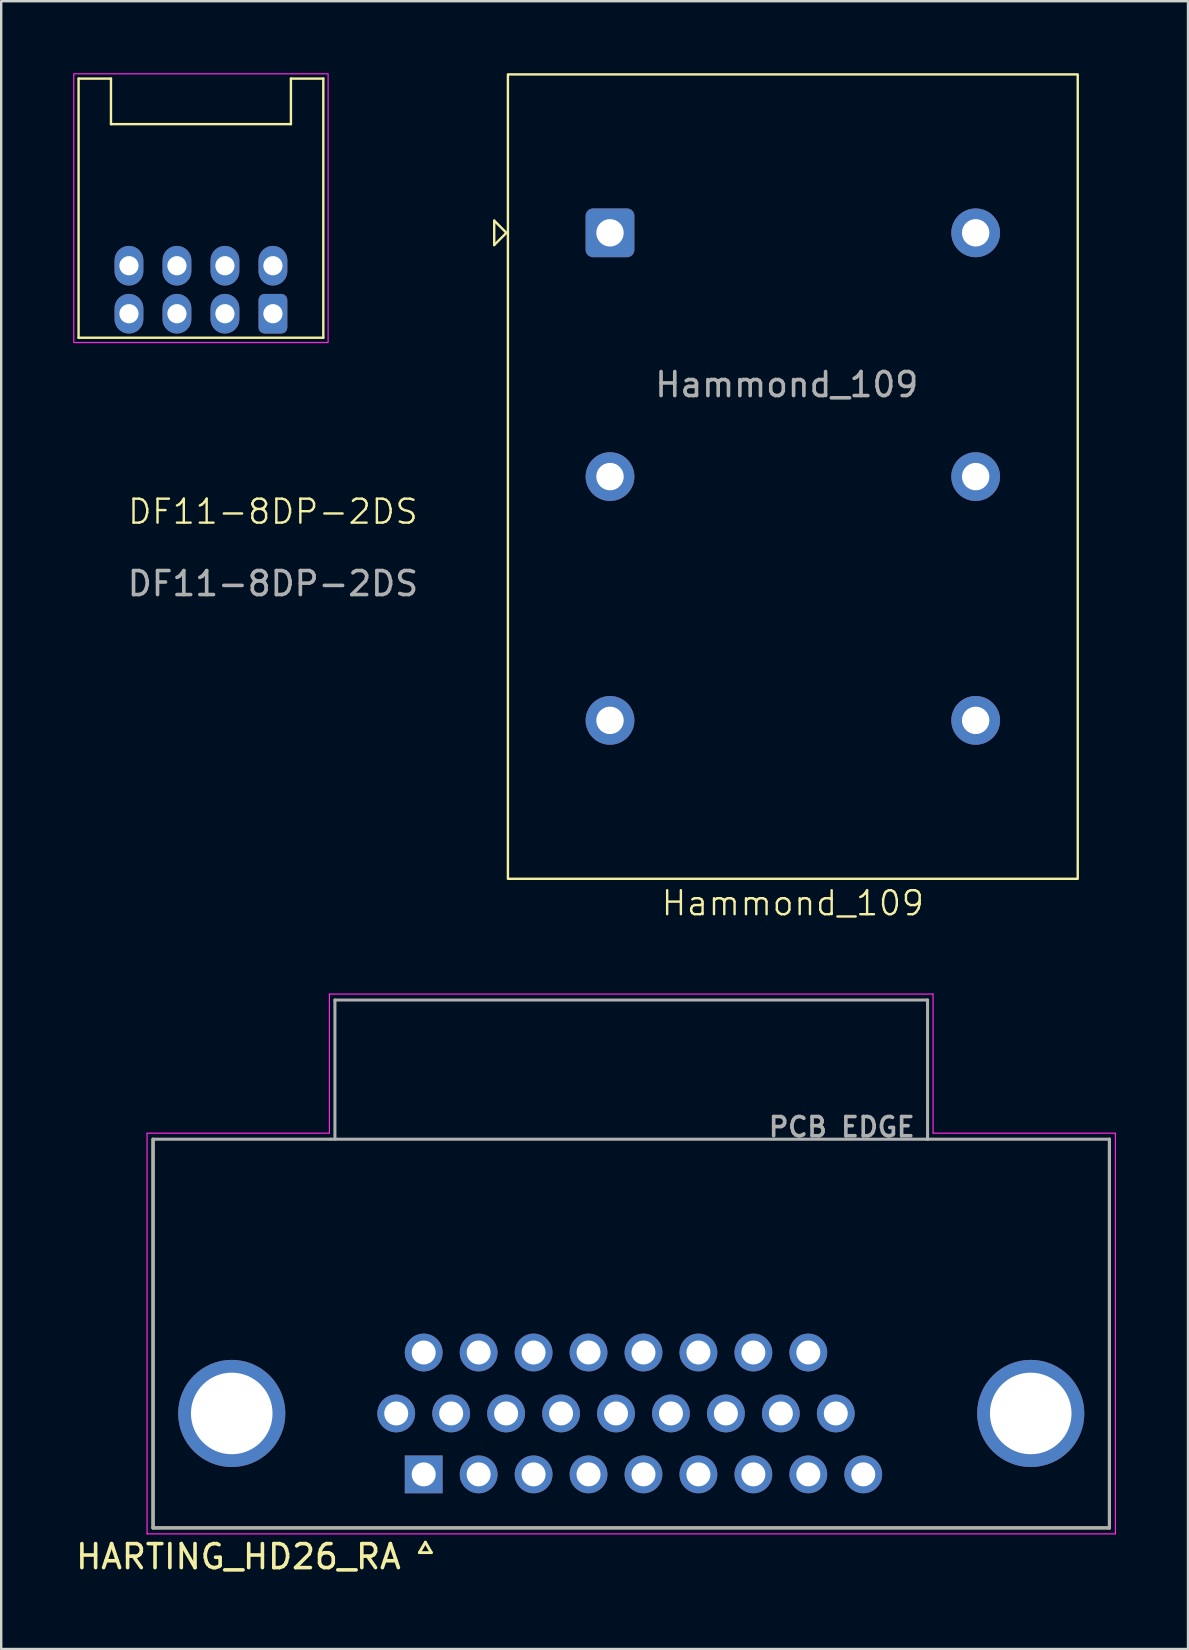
<source format=kicad_pcb>
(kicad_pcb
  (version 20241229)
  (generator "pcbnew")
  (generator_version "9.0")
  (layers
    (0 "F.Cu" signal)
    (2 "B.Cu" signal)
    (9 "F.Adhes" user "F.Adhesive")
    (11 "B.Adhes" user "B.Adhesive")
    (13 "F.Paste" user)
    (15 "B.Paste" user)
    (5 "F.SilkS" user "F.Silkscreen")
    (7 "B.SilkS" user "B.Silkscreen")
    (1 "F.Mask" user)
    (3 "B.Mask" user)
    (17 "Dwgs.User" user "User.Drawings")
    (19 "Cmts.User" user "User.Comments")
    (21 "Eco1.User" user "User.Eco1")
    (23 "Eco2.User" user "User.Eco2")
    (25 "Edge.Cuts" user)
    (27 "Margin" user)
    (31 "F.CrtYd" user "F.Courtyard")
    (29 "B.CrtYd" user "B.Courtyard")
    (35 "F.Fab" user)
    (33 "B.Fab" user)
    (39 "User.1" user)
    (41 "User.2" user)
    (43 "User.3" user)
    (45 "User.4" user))
  (footprint "Hammond_109"
    (layer "F.Cu")
    (at 22.374 6.654)
    (property "Reference" "Hammond_109" (at 7.62 27.94 0) (unlocked yes) (layer "F.SilkS") (effects (font (size 1 1) (thickness 0.1))))
    (attr through_hole)
    (fp_line (start -4.826 -0.508) (end -4.826 0.508) (stroke (width 0.1) (type default)) (layer "F.SilkS"))
    (fp_line (start -4.826 0.508) (end -4.318 0) (stroke (width 0.1) (type default)) (layer "F.SilkS"))
    (fp_line (start -4.318 0) (end -4.826 -0.508) (stroke (width 0.1) (type default)) (layer "F.SilkS"))
    (fp_rect (start -4.255 -6.604) (end 19.494 26.924) (stroke (width 0.1) (type solid)) (fill no) (layer "F.SilkS"))
    (fp_text user "${REFERENCE}" (at 7.366 6.326 0) (unlocked yes) (layer "F.Fab") (effects (font (size 1 1) (thickness 0.15))))
    (pad "1" thru_hole roundrect (at 0 0) (size 2.032 2.032) (drill 1.143) (layers "*.Cu" "*.Mask") (roundrect_rratio 0.15))
    (pad "2" thru_hole circle (at 0 10.16) (size 2.032 2.032) (drill 1.143) (layers "*.Cu" "*.Mask"))
    (pad "3" thru_hole circle (at 0 20.32) (size 2.032 2.032) (drill 1.143) (layers "*.Cu" "*.Mask"))
    (pad "4" thru_hole circle (at 15.24 20.32) (size 2.032 2.032) (drill 1.143) (layers "*.Cu" "*.Mask"))
    (pad "5" thru_hole circle (at 15.24 10.16) (size 2.032 2.032) (drill 1.143) (layers "*.Cu" "*.Mask"))
    (pad "6" thru_hole circle (at 15.24 0) (size 2.032 2.032) (drill 1.143) (layers "*.Cu" "*.Mask")))
  (footprint "DF11-8DP-2DS"
    (layer "F.Cu")
    (at 8.325 10.025)
    (property "Reference" "DF11-8DP-2DS" (at 0 8.25 0) (unlocked yes) (layer "F.SilkS") (effects (font (size 1 1) (thickness 0.1))))
    (attr through_hole)
    (fp_line (start -8.1 -9.8) (end -8.1 1) (stroke (width 0.1) (type default)) (layer "F.SilkS"))
    (fp_line (start -8.1 -9.8) (end -6.75 -9.8) (stroke (width 0.1) (type default)) (layer "F.SilkS"))
    (fp_line (start -8.1 1) (end 2.1 1) (stroke (width 0.1) (type default)) (layer "F.SilkS"))
    (fp_line (start -6.75 -9.8) (end -6.75 -7.9) (stroke (width 0.1) (type default)) (layer "F.SilkS"))
    (fp_line (start -6.75 -7.9) (end 0.75 -7.9) (stroke (width 0.1) (type default)) (layer "F.SilkS"))
    (fp_line (start 0.75 -9.8) (end 2.1 -9.8) (stroke (width 0.1) (type default)) (layer "F.SilkS"))
    (fp_line (start 0.75 -7.9) (end 0.75 -9.8) (stroke (width 0.1) (type default)) (layer "F.SilkS"))
    (fp_line (start 2.1 1) (end 2.1 -9.8) (stroke (width 0.1) (type default)) (layer "F.SilkS"))
    (fp_rect (start -8.3 -10) (end 2.3 1.2) (stroke (width 0.05) (type default)) (fill no) (layer "F.CrtYd"))
    (fp_text user "${REFERENCE}" (at 0 11.25 0) (unlocked yes) (layer "F.Fab") (effects (font (size 1 1) (thickness 0.15))))
    (pad "1" thru_hole roundrect (at 0 0 180) (size 1.2 1.65) (drill 0.8) (layers "*.Cu" "*.Mask") (roundrect_rratio 0.208))
    (pad "2" thru_hole oval (at 0 -2 180) (size 1.2 1.65) (drill 0.8) (layers "*.Cu" "*.Mask"))
    (pad "3" thru_hole oval (at -2 0 180) (size 1.2 1.65) (drill 0.8) (layers "*.Cu" "*.Mask"))
    (pad "4" thru_hole oval (at -2 -2 180) (size 1.2 1.65) (drill 0.8) (layers "*.Cu" "*.Mask"))
    (pad "5" thru_hole oval (at -4 0 180) (size 1.2 1.65) (drill 0.8) (layers "*.Cu" "*.Mask"))
    (pad "6" thru_hole oval (at -4 -2 180) (size 1.2 1.65) (drill 0.8) (layers "*.Cu" "*.Mask"))
    (pad "7" thru_hole oval (at -6 0 180) (size 1.2 1.65) (drill 0.8) (layers "*.Cu" "*.Mask"))
    (pad "8" thru_hole oval (at -6 -2 180) (size 1.2 1.65) (drill 0.8) (layers "*.Cu" "*.Mask")))
  (footprint "HARTING_HD26_RA"
    (layer "F.Cu")
    (at 14.609 58.4)
    (property "Reference" "HARTING_HD26_RA" (at -7.722 3.429 0) (layer "F.SilkS") (effects (font (size 1 1) (thickness 0.15))))
    (attr through_hole)
    (fp_line (start -11.28 -13.97) (end -11.28 2.23) (stroke (width 0.127) (type solid)) (layer "F.SilkS"))
    (fp_line (start -11.28 2.23) (end 28.58 2.23) (stroke (width 0.127) (type solid)) (layer "F.SilkS"))
    (fp_line (start -0.18 3.26) (end 0.07 2.827) (stroke (width 0.12) (type solid)) (layer "F.SilkS"))
    (fp_line (start 0.07 2.827) (end 0.32 3.26) (stroke (width 0.12) (type solid)) (layer "F.SilkS"))
    (fp_line (start 0.32 3.26) (end -0.18 3.26) (stroke (width 0.12) (type solid)) (layer "F.SilkS"))
    (fp_line (start 28.58 2.23) (end 28.58 -13.97) (stroke (width 0.127) (type solid)) (layer "F.SilkS"))
    (fp_line (start -11.53 -14.22) (end -3.93 -14.22) (stroke (width 0.05) (type solid)) (layer "F.CrtYd"))
    (fp_line (start -11.53 2.48) (end -11.53 -14.22) (stroke (width 0.05) (type solid)) (layer "F.CrtYd"))
    (fp_line (start -3.93 -20.02) (end 21.23 -20.02) (stroke (width 0.05) (type solid)) (layer "F.CrtYd"))
    (fp_line (start -3.93 -14.22) (end -3.93 -20.02) (stroke (width 0.05) (type solid)) (layer "F.CrtYd"))
    (fp_line (start 21.23 -20.02) (end 21.23 -14.22) (stroke (width 0.05) (type solid)) (layer "F.CrtYd"))
    (fp_line (start 28.83 -14.22) (end 21.23 -14.22) (stroke (width 0.05) (type solid)) (layer "F.CrtYd"))
    (fp_line (start 28.83 -14.22) (end 28.83 2.48) (stroke (width 0.05) (type solid)) (layer "F.CrtYd"))
    (fp_line (start 28.83 2.48) (end -11.53 2.48) (stroke (width 0.05) (type solid)) (layer "F.CrtYd"))
    (fp_line (start -11.28 -13.97) (end -11.28 2.23) (stroke (width 0.127) (type solid)) (layer "F.Fab"))
    (fp_line (start -11.28 2.23) (end 28.58 2.23) (stroke (width 0.127) (type solid)) (layer "F.Fab"))
    (fp_line (start -3.88 -13.97) (end -11.28 -13.97) (stroke (width 0.127) (type solid)) (layer "F.Fab"))
    (fp_line (start -3.7 -19.77) (end 21 -19.77) (stroke (width 0.127) (type solid)) (layer "F.Fab"))
    (fp_line (start -3.7 -13.97) (end -3.7 -19.77) (stroke (width 0.127) (type solid)) (layer "F.Fab"))
    (fp_line (start 21 -19.77) (end 21 -13.97) (stroke (width 0.127) (type solid)) (layer "F.Fab"))
    (fp_line (start 21 -13.97) (end -3.88 -13.97) (stroke (width 0.127) (type solid)) (layer "F.Fab"))
    (fp_line (start 28.58 -13.97) (end 21 -13.97) (stroke (width 0.127) (type solid)) (layer "F.Fab"))
    (fp_line (start 28.58 2.23) (end 28.58 -13.97) (stroke (width 0.127) (type solid)) (layer "F.Fab"))
    (fp_text user "PCB EDGE" (at 17.424 -14.478 0) (layer "F.Fab") (effects (font (size 0.8 0.8) (thickness 0.15))))
    (pad "1" thru_hole rect (at 0 0) (size 1.575 1.575) (drill 1) (layers "*.Cu" "*.Mask"))
    (pad "2" thru_hole circle (at 2.29 0) (size 1.575 1.575) (drill 1) (layers "*.Cu" "*.Mask"))
    (pad "3" thru_hole circle (at 4.58 0) (size 1.575 1.575) (drill 1) (layers "*.Cu" "*.Mask"))
    (pad "4" thru_hole circle (at 6.87 0) (size 1.575 1.575) (drill 1) (layers "*.Cu" "*.Mask"))
    (pad "5" thru_hole circle (at 9.16 0) (size 1.575 1.575) (drill 1) (layers "*.Cu" "*.Mask"))
    (pad "6" thru_hole circle (at 11.45 0) (size 1.575 1.575) (drill 1) (layers "*.Cu" "*.Mask"))
    (pad "7" thru_hole circle (at 13.74 0) (size 1.575 1.575) (drill 1) (layers "*.Cu" "*.Mask"))
    (pad "8" thru_hole circle (at 16.03 0) (size 1.575 1.575) (drill 1) (layers "*.Cu" "*.Mask"))
    (pad "9" thru_hole circle (at 18.32 0) (size 1.575 1.575) (drill 1) (layers "*.Cu" "*.Mask"))
    (pad "10" thru_hole circle (at -1.145 -2.54) (size 1.575 1.575) (drill 1) (layers "*.Cu" "*.Mask"))
    (pad "11" thru_hole circle (at 1.145 -2.54) (size 1.575 1.575) (drill 1) (layers "*.Cu" "*.Mask"))
    (pad "12" thru_hole circle (at 3.435 -2.54) (size 1.575 1.575) (drill 1) (layers "*.Cu" "*.Mask"))
    (pad "13" thru_hole circle (at 5.725 -2.54) (size 1.575 1.575) (drill 1) (layers "*.Cu" "*.Mask"))
    (pad "14" thru_hole circle (at 8.015 -2.54) (size 1.575 1.575) (drill 1) (layers "*.Cu" "*.Mask"))
    (pad "15" thru_hole circle (at 10.305 -2.54) (size 1.575 1.575) (drill 1) (layers "*.Cu" "*.Mask"))
    (pad "16" thru_hole circle (at 12.595 -2.54) (size 1.575 1.575) (drill 1) (layers "*.Cu" "*.Mask"))
    (pad "17" thru_hole circle (at 14.885 -2.54) (size 1.575 1.575) (drill 1) (layers "*.Cu" "*.Mask"))
    (pad "18" thru_hole circle (at 17.175 -2.54) (size 1.575 1.575) (drill 1) (layers "*.Cu" "*.Mask"))
    (pad "19" thru_hole circle (at 0 -5.08) (size 1.575 1.575) (drill 1) (layers "*.Cu" "*.Mask"))
    (pad "20" thru_hole circle (at 2.29 -5.08) (size 1.575 1.575) (drill 1) (layers "*.Cu" "*.Mask"))
    (pad "21" thru_hole circle (at 4.58 -5.08) (size 1.575 1.575) (drill 1) (layers "*.Cu" "*.Mask"))
    (pad "22" thru_hole circle (at 6.87 -5.08) (size 1.575 1.575) (drill 1) (layers "*.Cu" "*.Mask"))
    (pad "23" thru_hole circle (at 9.16 -5.08) (size 1.575 1.575) (drill 1) (layers "*.Cu" "*.Mask"))
    (pad "24" thru_hole circle (at 11.45 -5.08) (size 1.575 1.575) (drill 1) (layers "*.Cu" "*.Mask"))
    (pad "25" thru_hole circle (at 13.74 -5.08) (size 1.575 1.575) (drill 1) (layers "*.Cu" "*.Mask"))
    (pad "26" thru_hole circle (at 16.03 -5.08) (size 1.575 1.575) (drill 1) (layers "*.Cu" "*.Mask"))
    (pad "P1" thru_hole circle (at -8 -2.54) (size 4.466 4.466) (drill 3.4) (layers "*.Cu" "*.Mask"))
    (pad "P2" thru_hole circle (at 25.3 -2.54) (size 4.466 4.466) (drill 3.4) (layers "*.Cu" "*.Mask")))
  (gr_rect
    (start -3 -3)
    (end 46.464 65.677)
    (stroke (width 0.1) (type default))
    (fill no)
    (layer "Edge.Cuts")))
</source>
